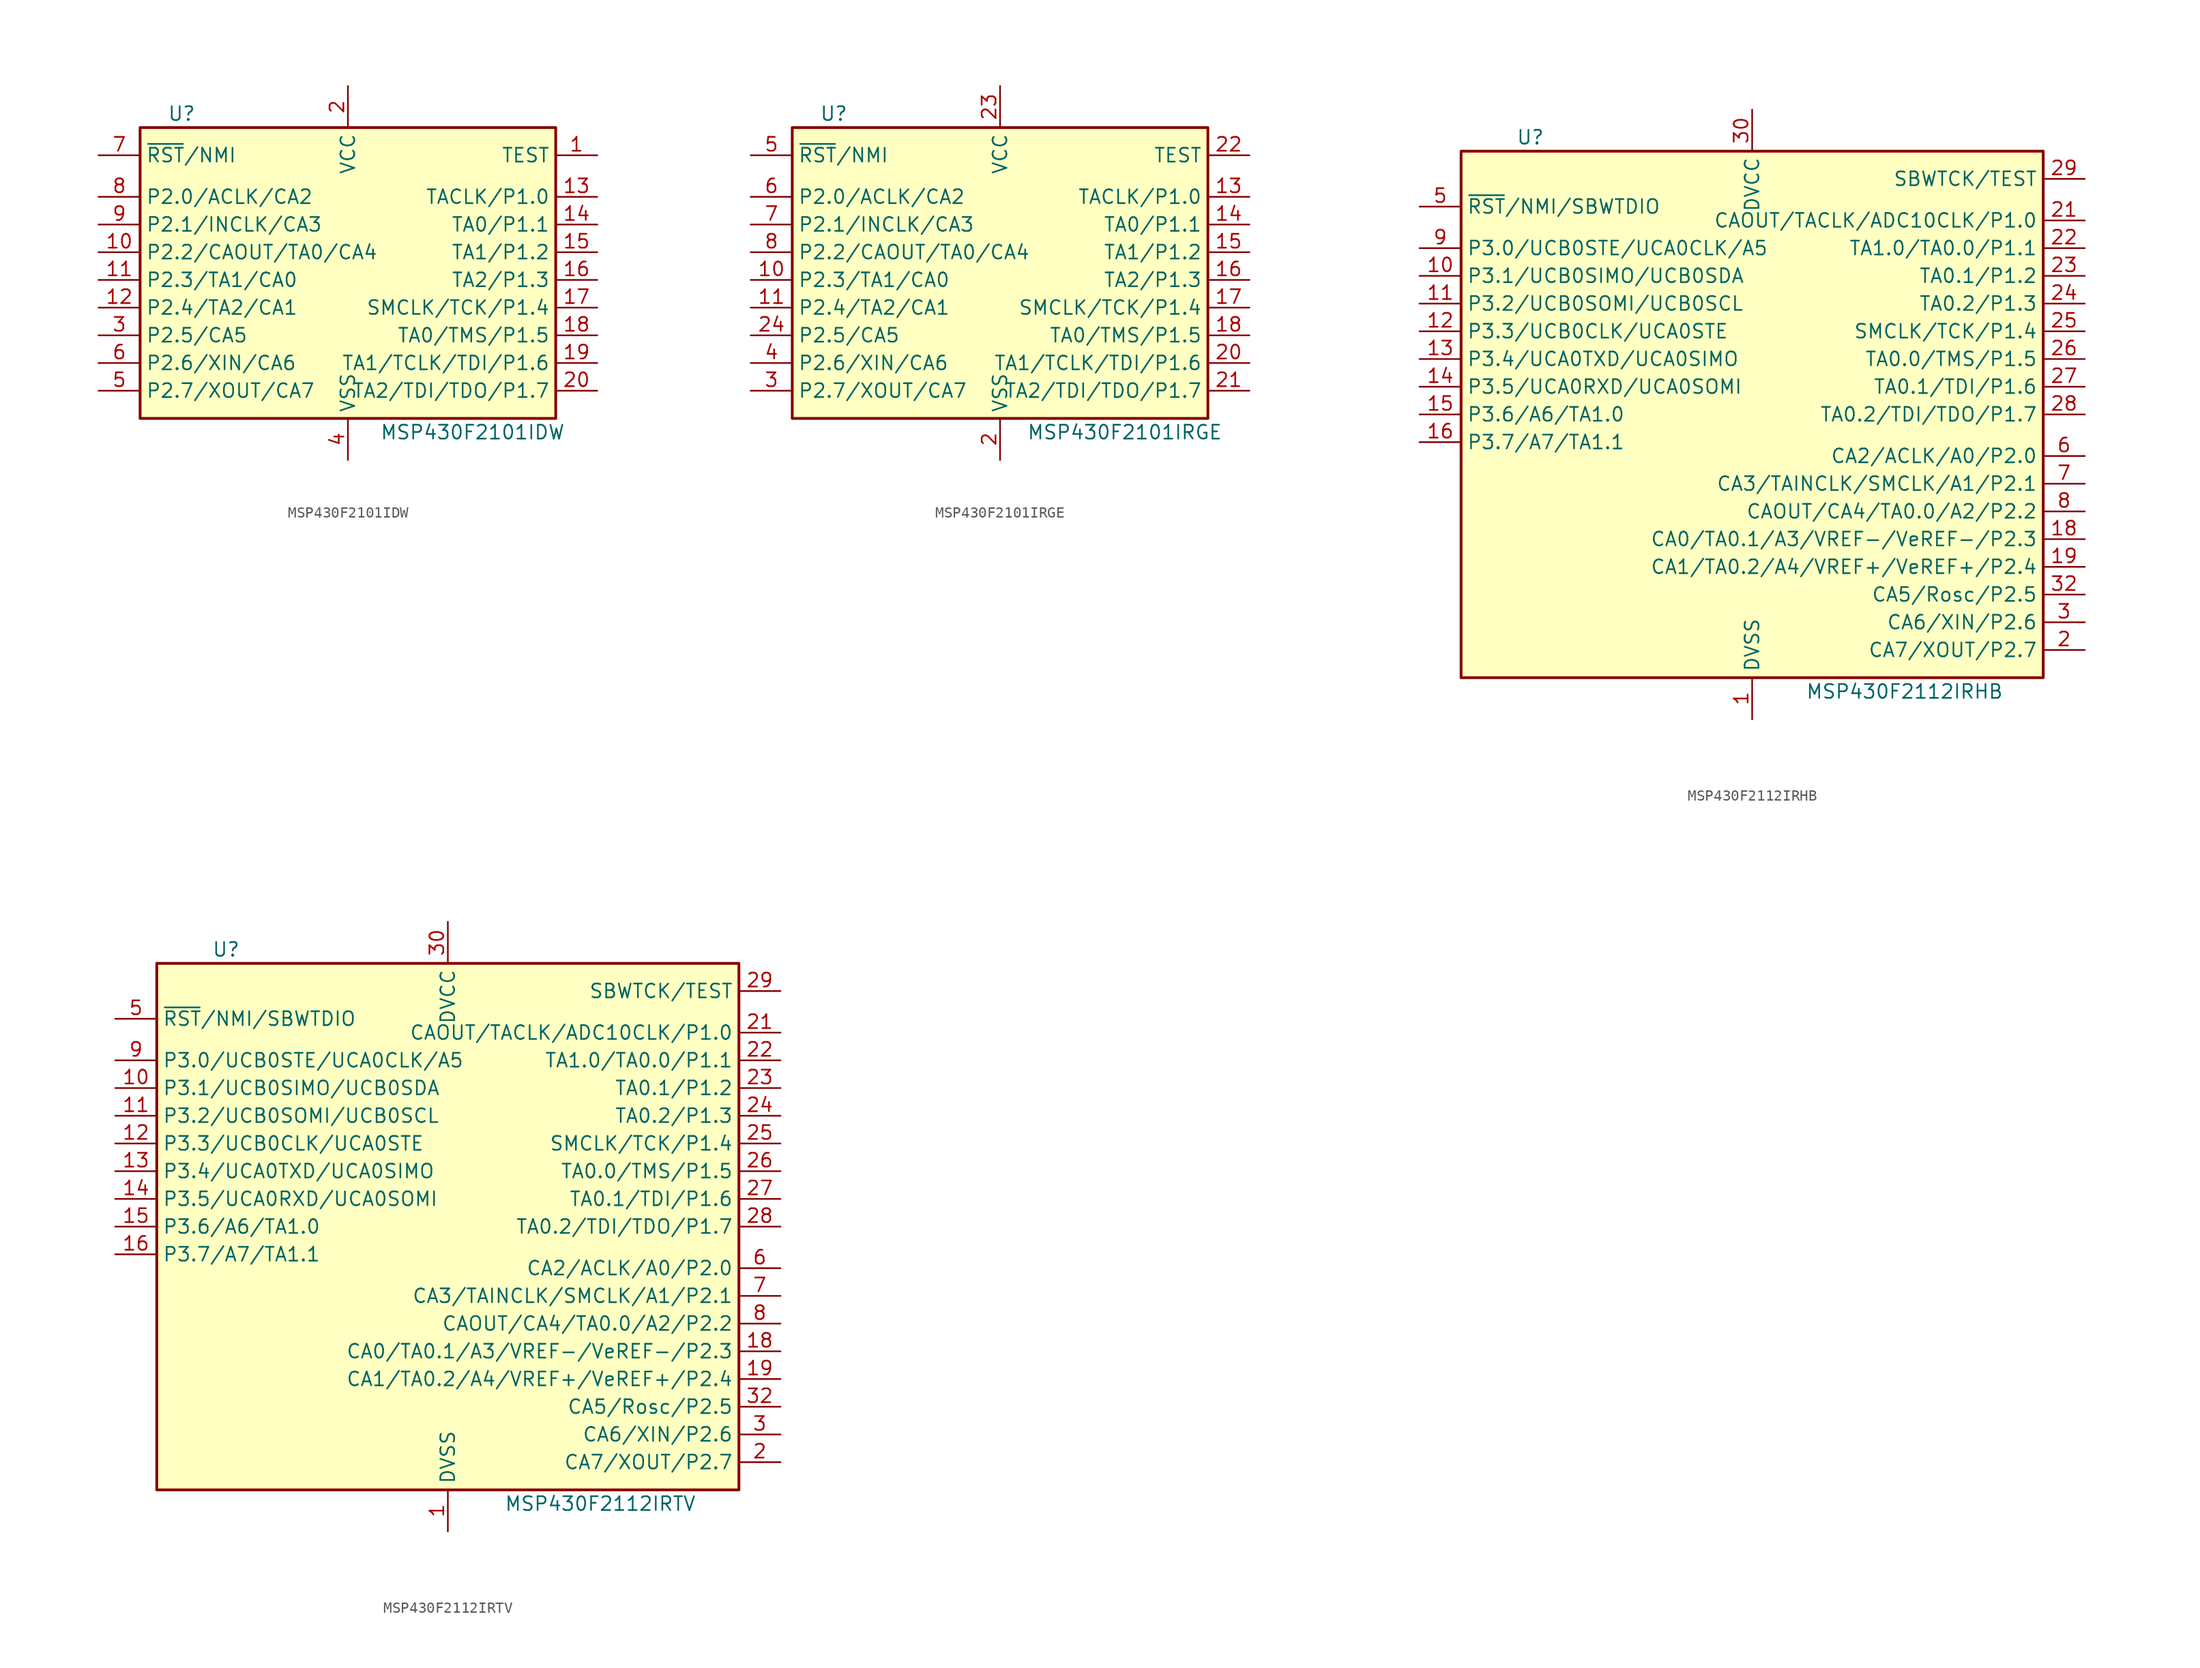
<source format=kicad_sym>
(kicad_symbol_lib
  (version 20211014)
  (generator kicad_symbol_editor)
  (symbol "MSP430F2101IDW"
    (property "Reference" "U"
      (at -15.24 15.24 0)
      (effects (font (size 1.27 1.27))))
    (property "Value" "MSP430F2101IDW"
      (at 11.43 -13.97 0)
      (effects (font (size 1.27 1.27))))
    (symbol "MSP430F2101IDW_0_1"
      (rectangle (start -19.05 13.97) (end 19.05 -12.7) (stroke (width 0.254) (type default) (color 0 0 0 0)) (fill (type background))))
    (symbol "MSP430F2101IDW_1_1"
      (pin input line (at 22.86 11.43 180) (length 3.81) (name "TEST" (effects (font (size 1.27 1.27)))) (number "1" (effects (font (size 1.27 1.27)))))
      (pin bidirectional line (at -22.86 2.54 0) (length 3.81) (name "P2.2/CAOUT/TA0/CA4" (effects (font (size 1.27 1.27)))) (number "10" (effects (font (size 1.27 1.27)))))
      (pin bidirectional line (at -22.86 0 0) (length 3.81) (name "P2.3/TA1/CA0" (effects (font (size 1.27 1.27)))) (number "11" (effects (font (size 1.27 1.27)))))
      (pin bidirectional line (at -22.86 -2.54 0) (length 3.81) (name "P2.4/TA2/CA1" (effects (font (size 1.27 1.27)))) (number "12" (effects (font (size 1.27 1.27)))))
      (pin bidirectional line (at 22.86 7.62 180) (length 3.81) (name "TACLK/P1.0" (effects (font (size 1.27 1.27)))) (number "13" (effects (font (size 1.27 1.27)))))
      (pin bidirectional line (at 22.86 5.08 180) (length 3.81) (name "TA0/P1.1" (effects (font (size 1.27 1.27)))) (number "14" (effects (font (size 1.27 1.27)))))
      (pin bidirectional line (at 22.86 2.54 180) (length 3.81) (name "TA1/P1.2" (effects (font (size 1.27 1.27)))) (number "15" (effects (font (size 1.27 1.27)))))
      (pin bidirectional line (at 22.86 0 180) (length 3.81) (name "TA2/P1.3" (effects (font (size 1.27 1.27)))) (number "16" (effects (font (size 1.27 1.27)))))
      (pin bidirectional line (at 22.86 -2.54 180) (length 3.81) (name "SMCLK/TCK/P1.4" (effects (font (size 1.27 1.27)))) (number "17" (effects (font (size 1.27 1.27)))))
      (pin bidirectional line (at 22.86 -5.08 180) (length 3.81) (name "TA0/TMS/P1.5" (effects (font (size 1.27 1.27)))) (number "18" (effects (font (size 1.27 1.27)))))
      (pin bidirectional line (at 22.86 -7.62 180) (length 3.81) (name "TA1/TCLK/TDI/P1.6" (effects (font (size 1.27 1.27)))) (number "19" (effects (font (size 1.27 1.27)))))
      (pin power_in line (at 0 17.78 270) (length 3.81) (name "VCC" (effects (font (size 1.27 1.27)))) (number "2" (effects (font (size 1.27 1.27)))))
      (pin bidirectional line (at 22.86 -10.16 180) (length 3.81) (name "TA2/TDI/TDO/P1.7" (effects (font (size 1.27 1.27)))) (number "20" (effects (font (size 1.27 1.27)))))
      (pin bidirectional line (at -22.86 -5.08 0) (length 3.81) (name "P2.5/CA5" (effects (font (size 1.27 1.27)))) (number "3" (effects (font (size 1.27 1.27)))))
      (pin power_in line (at 0 -16.51 90) (length 3.81) (name "VSS" (effects (font (size 1.27 1.27)))) (number "4" (effects (font (size 1.27 1.27)))))
      (pin bidirectional line (at -22.86 -10.16 0) (length 3.81) (name "P2.7/XOUT/CA7" (effects (font (size 1.27 1.27)))) (number "5" (effects (font (size 1.27 1.27)))))
      (pin bidirectional line (at -22.86 -7.62 0) (length 3.81) (name "P2.6/XIN/CA6" (effects (font (size 1.27 1.27)))) (number "6" (effects (font (size 1.27 1.27)))))
      (pin input line (at -22.86 11.43 0) (length 3.81) (name "~{RST}/NMI" (effects (font (size 1.27 1.27)))) (number "7" (effects (font (size 1.27 1.27)))))
      (pin bidirectional line (at -22.86 7.62 0) (length 3.81) (name "P2.0/ACLK/CA2" (effects (font (size 1.27 1.27)))) (number "8" (effects (font (size 1.27 1.27)))))
      (pin bidirectional line (at -22.86 5.08 0) (length 3.81) (name "P2.1/INCLK/CA3" (effects (font (size 1.27 1.27)))) (number "9" (effects (font (size 1.27 1.27)))))))
  (symbol "MSP430F2101IRGE"
    (property "Reference" "U"
      (at -15.24 15.24 0)
      (effects (font (size 1.27 1.27))))
    (property "Value" "MSP430F2101IRGE"
      (at 11.43 -13.97 0)
      (effects (font (size 1.27 1.27))))
    (symbol "MSP430F2101IRGE_0_1"
      (rectangle (start -19.05 13.97) (end 19.05 -12.7) (stroke (width 0.254) (type default) (color 0 0 0 0)) (fill (type background))))
    (symbol "MSP430F2101IRGE_1_1"
      (pin bidirectional line (at -22.86 0 0) (length 3.81) (name "P2.3/TA1/CA0" (effects (font (size 1.27 1.27)))) (number "10" (effects (font (size 1.27 1.27)))))
      (pin bidirectional line (at -22.86 -2.54 0) (length 3.81) (name "P2.4/TA2/CA1" (effects (font (size 1.27 1.27)))) (number "11" (effects (font (size 1.27 1.27)))))
      (pin bidirectional line (at 22.86 7.62 180) (length 3.81) (name "TACLK/P1.0" (effects (font (size 1.27 1.27)))) (number "13" (effects (font (size 1.27 1.27)))))
      (pin bidirectional line (at 22.86 5.08 180) (length 3.81) (name "TA0/P1.1" (effects (font (size 1.27 1.27)))) (number "14" (effects (font (size 1.27 1.27)))))
      (pin bidirectional line (at 22.86 2.54 180) (length 3.81) (name "TA1/P1.2" (effects (font (size 1.27 1.27)))) (number "15" (effects (font (size 1.27 1.27)))))
      (pin bidirectional line (at 22.86 0 180) (length 3.81) (name "TA2/P1.3" (effects (font (size 1.27 1.27)))) (number "16" (effects (font (size 1.27 1.27)))))
      (pin bidirectional line (at 22.86 -2.54 180) (length 3.81) (name "SMCLK/TCK/P1.4" (effects (font (size 1.27 1.27)))) (number "17" (effects (font (size 1.27 1.27)))))
      (pin bidirectional line (at 22.86 -5.08 180) (length 3.81) (name "TA0/TMS/P1.5" (effects (font (size 1.27 1.27)))) (number "18" (effects (font (size 1.27 1.27)))))
      (pin power_in line (at 0 -16.51 90) (length 3.81) (name "VSS" (effects (font (size 1.27 1.27)))) (number "2" (effects (font (size 1.27 1.27)))))
      (pin bidirectional line (at 22.86 -7.62 180) (length 3.81) (name "TA1/TCLK/TDI/P1.6" (effects (font (size 1.27 1.27)))) (number "20" (effects (font (size 1.27 1.27)))))
      (pin bidirectional line (at 22.86 -10.16 180) (length 3.81) (name "TA2/TDI/TDO/P1.7" (effects (font (size 1.27 1.27)))) (number "21" (effects (font (size 1.27 1.27)))))
      (pin input line (at 22.86 11.43 180) (length 3.81) (name "TEST" (effects (font (size 1.27 1.27)))) (number "22" (effects (font (size 1.27 1.27)))))
      (pin power_in line (at 0 17.78 270) (length 3.81) (name "VCC" (effects (font (size 1.27 1.27)))) (number "23" (effects (font (size 1.27 1.27)))))
      (pin bidirectional line (at -22.86 -5.08 0) (length 3.81) (name "P2.5/CA5" (effects (font (size 1.27 1.27)))) (number "24" (effects (font (size 1.27 1.27)))))
      (pin bidirectional line (at -22.86 -10.16 0) (length 3.81) (name "P2.7/XOUT/CA7" (effects (font (size 1.27 1.27)))) (number "3" (effects (font (size 1.27 1.27)))))
      (pin bidirectional line (at -22.86 -7.62 0) (length 3.81) (name "P2.6/XIN/CA6" (effects (font (size 1.27 1.27)))) (number "4" (effects (font (size 1.27 1.27)))))
      (pin input line (at -22.86 11.43 0) (length 3.81) (name "~{RST}/NMI" (effects (font (size 1.27 1.27)))) (number "5" (effects (font (size 1.27 1.27)))))
      (pin bidirectional line (at -22.86 7.62 0) (length 3.81) (name "P2.0/ACLK/CA2" (effects (font (size 1.27 1.27)))) (number "6" (effects (font (size 1.27 1.27)))))
      (pin bidirectional line (at -22.86 5.08 0) (length 3.81) (name "P2.1/INCLK/CA3" (effects (font (size 1.27 1.27)))) (number "7" (effects (font (size 1.27 1.27)))))
      (pin bidirectional line (at -22.86 2.54 0) (length 3.81) (name "P2.2/CAOUT/TA0/CA4" (effects (font (size 1.27 1.27)))) (number "8" (effects (font (size 1.27 1.27)))))))
  (symbol "MSP430F2112IRHB"
    (property "Reference" "U"
      (at -20.32 25.4 0)
      (effects (font (size 1.27 1.27))))
    (property "Value" "MSP430F2112IRHB"
      (at 13.97 -25.4 0)
      (effects (font (size 1.27 1.27))))
    (symbol "MSP430F2112IRHB_0_1"
      (rectangle (start -26.67 24.13) (end 26.67 -24.13) (stroke (width 0.254) (type default) (color 0 0 0 0)) (fill (type background))))
    (symbol "MSP430F2112IRHB_1_1"
      (pin power_in line (at 0 -27.94 90) (length 3.81) (name "DVSS" (effects (font (size 1.27 1.27)))) (number "1" (effects (font (size 1.27 1.27)))))
      (pin bidirectional line (at -30.48 12.7 0) (length 3.81) (name "P3.1/UCB0SIMO/UCB0SDA" (effects (font (size 1.27 1.27)))) (number "10" (effects (font (size 1.27 1.27)))))
      (pin bidirectional line (at -30.48 10.16 0) (length 3.81) (name "P3.2/UCB0SOMI/UCB0SCL" (effects (font (size 1.27 1.27)))) (number "11" (effects (font (size 1.27 1.27)))))
      (pin bidirectional line (at -30.48 7.62 0) (length 3.81) (name "P3.3/UCB0CLK/UCA0STE" (effects (font (size 1.27 1.27)))) (number "12" (effects (font (size 1.27 1.27)))))
      (pin bidirectional line (at -30.48 5.08 0) (length 3.81) (name "P3.4/UCA0TXD/UCA0SIMO" (effects (font (size 1.27 1.27)))) (number "13" (effects (font (size 1.27 1.27)))))
      (pin bidirectional line (at -30.48 2.54 0) (length 3.81) (name "P3.5/UCA0RXD/UCA0SOMI" (effects (font (size 1.27 1.27)))) (number "14" (effects (font (size 1.27 1.27)))))
      (pin bidirectional line (at -30.48 0 0) (length 3.81) (name "P3.6/A6/TA1.0" (effects (font (size 1.27 1.27)))) (number "15" (effects (font (size 1.27 1.27)))))
      (pin bidirectional line (at -30.48 -2.54 0) (length 3.81) (name "P3.7/A7/TA1.1" (effects (font (size 1.27 1.27)))) (number "16" (effects (font (size 1.27 1.27)))))
      (pin bidirectional line (at 30.48 -11.43 180) (length 3.81) (name "CA0/TA0.1/A3/VREF-/VeREF-/P2.3" (effects (font (size 1.27 1.27)))) (number "18" (effects (font (size 1.27 1.27)))))
      (pin bidirectional line (at 30.48 -13.97 180) (length 3.81) (name "CA1/TA0.2/A4/VREF+/VeREF+/P2.4" (effects (font (size 1.27 1.27)))) (number "19" (effects (font (size 1.27 1.27)))))
      (pin bidirectional line (at 30.48 -21.59 180) (length 3.81) (name "CA7/XOUT/P2.7" (effects (font (size 1.27 1.27)))) (number "2" (effects (font (size 1.27 1.27)))))
      (pin bidirectional line (at 30.48 17.78 180) (length 3.81) (name "CAOUT/TACLK/ADC10CLK/P1.0" (effects (font (size 1.27 1.27)))) (number "21" (effects (font (size 1.27 1.27)))))
      (pin bidirectional line (at 30.48 15.24 180) (length 3.81) (name "TA1.0/TA0.0/P1.1" (effects (font (size 1.27 1.27)))) (number "22" (effects (font (size 1.27 1.27)))))
      (pin bidirectional line (at 30.48 12.7 180) (length 3.81) (name "TA0.1/P1.2" (effects (font (size 1.27 1.27)))) (number "23" (effects (font (size 1.27 1.27)))))
      (pin bidirectional line (at 30.48 10.16 180) (length 3.81) (name "TA0.2/P1.3" (effects (font (size 1.27 1.27)))) (number "24" (effects (font (size 1.27 1.27)))))
      (pin bidirectional line (at 30.48 7.62 180) (length 3.81) (name "SMCLK/TCK/P1.4" (effects (font (size 1.27 1.27)))) (number "25" (effects (font (size 1.27 1.27)))))
      (pin bidirectional line (at 30.48 5.08 180) (length 3.81) (name "TA0.0/TMS/P1.5" (effects (font (size 1.27 1.27)))) (number "26" (effects (font (size 1.27 1.27)))))
      (pin bidirectional line (at 30.48 2.54 180) (length 3.81) (name "TA0.1/TDI/P1.6" (effects (font (size 1.27 1.27)))) (number "27" (effects (font (size 1.27 1.27)))))
      (pin bidirectional line (at 30.48 0 180) (length 3.81) (name "TA0.2/TDI/TDO/P1.7" (effects (font (size 1.27 1.27)))) (number "28" (effects (font (size 1.27 1.27)))))
      (pin input line (at 30.48 21.59 180) (length 3.81) (name "SBWTCK/TEST" (effects (font (size 1.27 1.27)))) (number "29" (effects (font (size 1.27 1.27)))))
      (pin bidirectional line (at 30.48 -19.05 180) (length 3.81) (name "CA6/XIN/P2.6" (effects (font (size 1.27 1.27)))) (number "3" (effects (font (size 1.27 1.27)))))
      (pin power_in line (at 0 27.94 270) (length 3.81) (name "DVCC" (effects (font (size 1.27 1.27)))) (number "30" (effects (font (size 1.27 1.27)))))
      (pin bidirectional line (at 30.48 -16.51 180) (length 3.81) (name "CA5/Rosc/P2.5" (effects (font (size 1.27 1.27)))) (number "32" (effects (font (size 1.27 1.27)))))
      (pin bidirectional line (at -30.48 19.05 0) (length 3.81) (name "~{RST}/NMI/SBWTDIO" (effects (font (size 1.27 1.27)))) (number "5" (effects (font (size 1.27 1.27)))))
      (pin bidirectional line (at 30.48 -3.81 180) (length 3.81) (name "CA2/ACLK/A0/P2.0" (effects (font (size 1.27 1.27)))) (number "6" (effects (font (size 1.27 1.27)))))
      (pin bidirectional line (at 30.48 -6.35 180) (length 3.81) (name "CA3/TAINCLK/SMCLK/A1/P2.1" (effects (font (size 1.27 1.27)))) (number "7" (effects (font (size 1.27 1.27)))))
      (pin bidirectional line (at 30.48 -8.89 180) (length 3.81) (name "CAOUT/CA4/TA0.0/A2/P2.2" (effects (font (size 1.27 1.27)))) (number "8" (effects (font (size 1.27 1.27)))))
      (pin bidirectional line (at -30.48 15.24 0) (length 3.81) (name "P3.0/UCB0STE/UCA0CLK/A5" (effects (font (size 1.27 1.27)))) (number "9" (effects (font (size 1.27 1.27)))))))
  (symbol "MSP430F2112IRTV"
    (property "Reference" "U"
      (at -20.32 25.4 0)
      (effects (font (size 1.27 1.27))))
    (property "Value" "MSP430F2112IRTV"
      (at 13.97 -25.4 0)
      (effects (font (size 1.27 1.27))))
    (symbol "MSP430F2112IRTV_0_1"
      (rectangle (start -26.67 24.13) (end 26.67 -24.13) (stroke (width 0.254) (type default) (color 0 0 0 0)) (fill (type background))))
    (symbol "MSP430F2112IRTV_1_1"
      (pin power_in line (at 0 -27.94 90) (length 3.81) (name "DVSS" (effects (font (size 1.27 1.27)))) (number "1" (effects (font (size 1.27 1.27)))))
      (pin bidirectional line (at -30.48 12.7 0) (length 3.81) (name "P3.1/UCB0SIMO/UCB0SDA" (effects (font (size 1.27 1.27)))) (number "10" (effects (font (size 1.27 1.27)))))
      (pin bidirectional line (at -30.48 10.16 0) (length 3.81) (name "P3.2/UCB0SOMI/UCB0SCL" (effects (font (size 1.27 1.27)))) (number "11" (effects (font (size 1.27 1.27)))))
      (pin bidirectional line (at -30.48 7.62 0) (length 3.81) (name "P3.3/UCB0CLK/UCA0STE" (effects (font (size 1.27 1.27)))) (number "12" (effects (font (size 1.27 1.27)))))
      (pin bidirectional line (at -30.48 5.08 0) (length 3.81) (name "P3.4/UCA0TXD/UCA0SIMO" (effects (font (size 1.27 1.27)))) (number "13" (effects (font (size 1.27 1.27)))))
      (pin bidirectional line (at -30.48 2.54 0) (length 3.81) (name "P3.5/UCA0RXD/UCA0SOMI" (effects (font (size 1.27 1.27)))) (number "14" (effects (font (size 1.27 1.27)))))
      (pin bidirectional line (at -30.48 0 0) (length 3.81) (name "P3.6/A6/TA1.0" (effects (font (size 1.27 1.27)))) (number "15" (effects (font (size 1.27 1.27)))))
      (pin bidirectional line (at -30.48 -2.54 0) (length 3.81) (name "P3.7/A7/TA1.1" (effects (font (size 1.27 1.27)))) (number "16" (effects (font (size 1.27 1.27)))))
      (pin bidirectional line (at 30.48 -11.43 180) (length 3.81) (name "CA0/TA0.1/A3/VREF-/VeREF-/P2.3" (effects (font (size 1.27 1.27)))) (number "18" (effects (font (size 1.27 1.27)))))
      (pin bidirectional line (at 30.48 -13.97 180) (length 3.81) (name "CA1/TA0.2/A4/VREF+/VeREF+/P2.4" (effects (font (size 1.27 1.27)))) (number "19" (effects (font (size 1.27 1.27)))))
      (pin bidirectional line (at 30.48 -21.59 180) (length 3.81) (name "CA7/XOUT/P2.7" (effects (font (size 1.27 1.27)))) (number "2" (effects (font (size 1.27 1.27)))))
      (pin bidirectional line (at 30.48 17.78 180) (length 3.81) (name "CAOUT/TACLK/ADC10CLK/P1.0" (effects (font (size 1.27 1.27)))) (number "21" (effects (font (size 1.27 1.27)))))
      (pin bidirectional line (at 30.48 15.24 180) (length 3.81) (name "TA1.0/TA0.0/P1.1" (effects (font (size 1.27 1.27)))) (number "22" (effects (font (size 1.27 1.27)))))
      (pin bidirectional line (at 30.48 12.7 180) (length 3.81) (name "TA0.1/P1.2" (effects (font (size 1.27 1.27)))) (number "23" (effects (font (size 1.27 1.27)))))
      (pin bidirectional line (at 30.48 10.16 180) (length 3.81) (name "TA0.2/P1.3" (effects (font (size 1.27 1.27)))) (number "24" (effects (font (size 1.27 1.27)))))
      (pin bidirectional line (at 30.48 7.62 180) (length 3.81) (name "SMCLK/TCK/P1.4" (effects (font (size 1.27 1.27)))) (number "25" (effects (font (size 1.27 1.27)))))
      (pin bidirectional line (at 30.48 5.08 180) (length 3.81) (name "TA0.0/TMS/P1.5" (effects (font (size 1.27 1.27)))) (number "26" (effects (font (size 1.27 1.27)))))
      (pin bidirectional line (at 30.48 2.54 180) (length 3.81) (name "TA0.1/TDI/P1.6" (effects (font (size 1.27 1.27)))) (number "27" (effects (font (size 1.27 1.27)))))
      (pin bidirectional line (at 30.48 0 180) (length 3.81) (name "TA0.2/TDI/TDO/P1.7" (effects (font (size 1.27 1.27)))) (number "28" (effects (font (size 1.27 1.27)))))
      (pin input line (at 30.48 21.59 180) (length 3.81) (name "SBWTCK/TEST" (effects (font (size 1.27 1.27)))) (number "29" (effects (font (size 1.27 1.27)))))
      (pin bidirectional line (at 30.48 -19.05 180) (length 3.81) (name "CA6/XIN/P2.6" (effects (font (size 1.27 1.27)))) (number "3" (effects (font (size 1.27 1.27)))))
      (pin power_in line (at 0 27.94 270) (length 3.81) (name "DVCC" (effects (font (size 1.27 1.27)))) (number "30" (effects (font (size 1.27 1.27)))))
      (pin bidirectional line (at 30.48 -16.51 180) (length 3.81) (name "CA5/Rosc/P2.5" (effects (font (size 1.27 1.27)))) (number "32" (effects (font (size 1.27 1.27)))))
      (pin bidirectional line (at -30.48 19.05 0) (length 3.81) (name "~{RST}/NMI/SBWTDIO" (effects (font (size 1.27 1.27)))) (number "5" (effects (font (size 1.27 1.27)))))
      (pin bidirectional line (at 30.48 -3.81 180) (length 3.81) (name "CA2/ACLK/A0/P2.0" (effects (font (size 1.27 1.27)))) (number "6" (effects (font (size 1.27 1.27)))))
      (pin bidirectional line (at 30.48 -6.35 180) (length 3.81) (name "CA3/TAINCLK/SMCLK/A1/P2.1" (effects (font (size 1.27 1.27)))) (number "7" (effects (font (size 1.27 1.27)))))
      (pin bidirectional line (at 30.48 -8.89 180) (length 3.81) (name "CAOUT/CA4/TA0.0/A2/P2.2" (effects (font (size 1.27 1.27)))) (number "8" (effects (font (size 1.27 1.27)))))
      (pin bidirectional line (at -30.48 15.24 0) (length 3.81) (name "P3.0/UCB0STE/UCA0CLK/A5" (effects (font (size 1.27 1.27)))) (number "9" (effects (font (size 1.27 1.27))))))))
</source>
